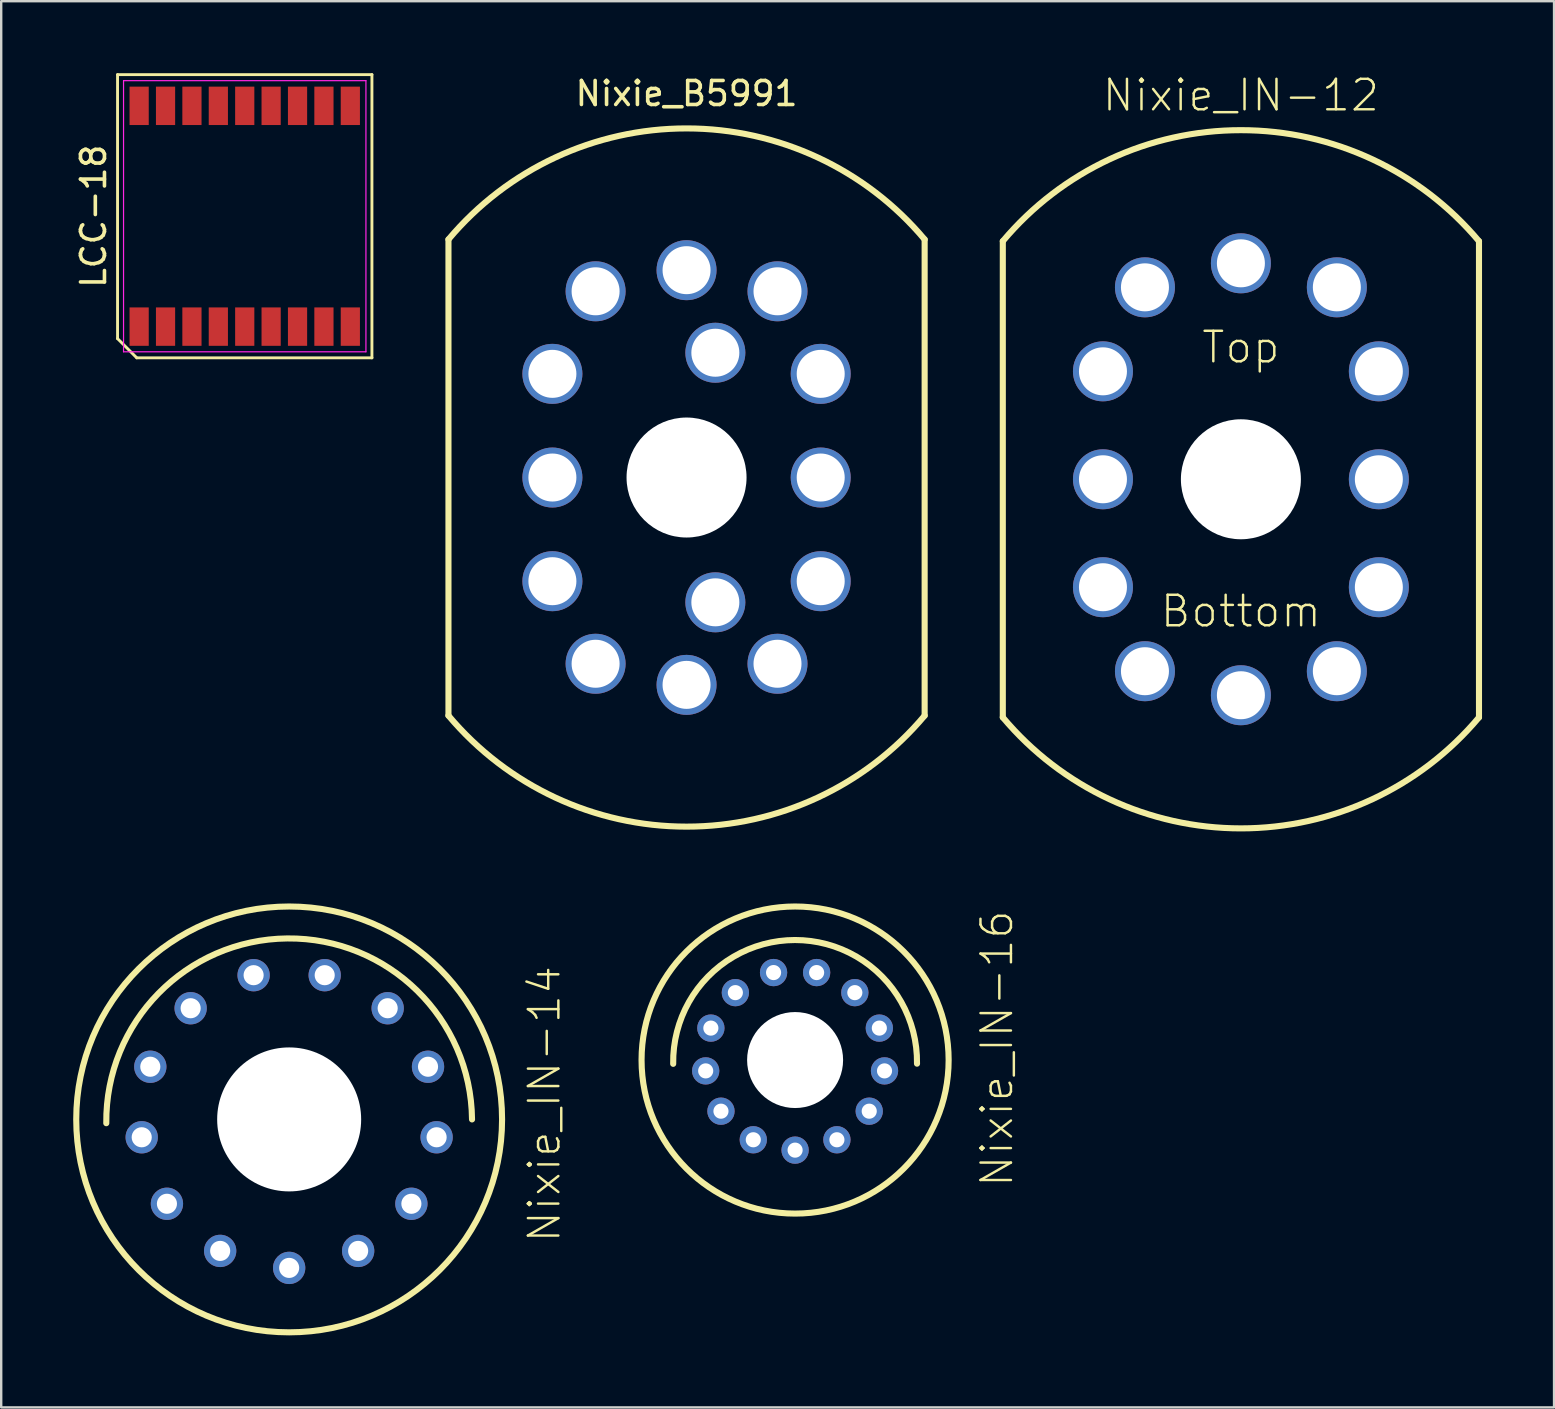
<source format=kicad_pcb>
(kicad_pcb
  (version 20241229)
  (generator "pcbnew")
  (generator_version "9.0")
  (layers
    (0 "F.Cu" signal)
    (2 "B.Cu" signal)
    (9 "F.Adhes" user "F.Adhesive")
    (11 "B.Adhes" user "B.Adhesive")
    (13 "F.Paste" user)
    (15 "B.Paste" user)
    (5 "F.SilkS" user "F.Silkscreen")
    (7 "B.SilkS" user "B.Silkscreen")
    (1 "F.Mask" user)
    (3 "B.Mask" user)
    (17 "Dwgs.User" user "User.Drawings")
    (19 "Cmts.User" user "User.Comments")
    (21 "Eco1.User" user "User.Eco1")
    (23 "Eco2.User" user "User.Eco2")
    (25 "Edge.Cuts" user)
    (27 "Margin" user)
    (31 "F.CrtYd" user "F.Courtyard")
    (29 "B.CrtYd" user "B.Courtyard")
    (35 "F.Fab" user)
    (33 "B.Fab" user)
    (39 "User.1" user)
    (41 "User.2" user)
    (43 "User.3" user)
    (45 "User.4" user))
  (footprint "Nixie_IN-12"
    (layer "F.Cu")
    (at 48.657 16.921)
    (property "Reference" "Nixie_IN-12" (at 0 -16 180) (layer "F.SilkS") (effects (font (size 1.27 1.27) (thickness 0.102))))
    (attr exclude_from_pos_files exclude_from_bom)
    (fp_line (start -9.921 9.921) (end -9.921 -9.921) (stroke (width 0.254) (type solid)) (layer "F.SilkS"))
    (fp_line (start 9.921 -9.921) (end 9.921 9.921) (stroke (width 0.254) (type solid)) (layer "F.SilkS"))
    (fp_arc (start -9.92124 -9.92124) (mid 0.000928 -14.547158) (end 9.922433 -9.919819) (stroke (width 0.254) (type solid)) (layer "F.SilkS"))
    (fp_arc (start 9.92124 9.92124) (mid -0.000928 14.547158) (end -9.922433 9.919819) (stroke (width 0.254) (type solid)) (layer "F.SilkS"))
    (fp_text user "Bottom" (at 0 5.5 0) (layer "F.SilkS") (effects (font (size 1.27 1.27) (thickness 0.102))))
    (fp_text user "Top" (at 0 -5.5 0) (layer "F.SilkS") (effects (font (size 1.27 1.27) (thickness 0.102))))
    (pad "" np_thru_hole circle (at 0 0) (size 5 5) (drill 5) (layers "*.Cu" "*.Mask"))
    (pad "1" thru_hole circle (at 3.998 7.998) (size 2.5 2.5) (drill 2) (layers "*.Cu" "*.Paste" "*.Mask"))
    (pad "2" thru_hole circle (at 5.748 4.498) (size 2.5 2.5) (drill 2) (layers "*.Cu" "*.Paste" "*.Mask"))
    (pad "3" thru_hole circle (at 5.748 0) (size 2.5 2.5) (drill 2) (layers "*.Cu" "*.Paste" "*.Mask"))
    (pad "4" thru_hole circle (at 5.748 -4.498) (size 2.5 2.5) (drill 2) (layers "*.Cu" "*.Paste" "*.Mask"))
    (pad "5" thru_hole circle (at 3.998 -7.998) (size 2.5 2.5) (drill 2) (layers "*.Cu" "*.Paste" "*.Mask"))
    (pad "6" thru_hole circle (at 0 -8.999) (size 2.5 2.5) (drill 2) (layers "*.Cu" "*.Paste" "*.Mask"))
    (pad "7" thru_hole circle (at -3.998 -7.998) (size 2.5 2.5) (drill 2) (layers "*.Cu" "*.Paste" "*.Mask"))
    (pad "8" thru_hole circle (at -5.748 -4.498) (size 2.5 2.5) (drill 2) (layers "*.Cu" "*.Paste" "*.Mask"))
    (pad "9" thru_hole circle (at -5.748 0) (size 2.5 2.5) (drill 2) (layers "*.Cu" "*.Paste" "*.Mask"))
    (pad "10" thru_hole circle (at -5.748 4.498) (size 2.5 2.5) (drill 2) (layers "*.Cu" "*.Paste" "*.Mask"))
    (pad "11" thru_hole circle (at -3.998 7.998) (size 2.5 2.5) (drill 2) (layers "*.Cu" "*.Paste" "*.Mask"))
    (pad "12" thru_hole circle (at 0 8.999) (size 2.5 2.5) (drill 2) (layers "*.Cu" "*.Paste" "*.Mask")))
  (footprint "LCC-18"
    (layer "F.Cu")
    (at 7.148 5.96)
    (property "Reference" "LCC-18" (at -6.3 0 90) (layer "F.SilkS") (effects (font (size 1 1) (thickness 0.15))))
    (attr smd)
    (fp_line (start -5.3 -5.9) (end 5.3 -5.9) (stroke (width 0.12) (type solid)) (layer "F.SilkS"))
    (fp_line (start -5.3 5.1) (end -5.3 -5.9) (stroke (width 0.12) (type solid)) (layer "F.SilkS"))
    (fp_line (start -4.5 5.9) (end -5.3 5.1) (stroke (width 0.12) (type solid)) (layer "F.SilkS"))
    (fp_line (start 5.3 -5.9) (end 5.3 5.9) (stroke (width 0.12) (type solid)) (layer "F.SilkS"))
    (fp_line (start 5.3 5.9) (end -4.5 5.9) (stroke (width 0.12) (type solid)) (layer "F.SilkS"))
    (fp_line (start -5.05 -5.65) (end 5.05 -5.65) (stroke (width 0.05) (type solid)) (layer "F.CrtYd"))
    (fp_line (start -5.05 5.65) (end -5.05 -5.65) (stroke (width 0.05) (type solid)) (layer "F.CrtYd"))
    (fp_line (start 5.05 -5.65) (end 5.05 5.65) (stroke (width 0.05) (type solid)) (layer "F.CrtYd"))
    (fp_line (start 5.05 5.65) (end -5.05 5.65) (stroke (width 0.05) (type solid)) (layer "F.CrtYd"))
    (pad "1" smd rect (at -4.4 4.6) (size 0.8 1.6) (layers "F.Cu" "F.Mask" "F.Paste"))
    (pad "2" smd rect (at -3.3 4.6) (size 0.8 1.6) (layers "F.Cu" "F.Mask" "F.Paste"))
    (pad "3" smd rect (at -2.2 4.6) (size 0.8 1.6) (layers "F.Cu" "F.Mask" "F.Paste"))
    (pad "4" smd rect (at -1.1 4.6) (size 0.8 1.6) (layers "F.Cu" "F.Mask" "F.Paste"))
    (pad "5" smd rect (at 0 4.6) (size 0.8 1.6) (layers "F.Cu" "F.Mask" "F.Paste"))
    (pad "6" smd rect (at 1.1 4.6) (size 0.8 1.6) (layers "F.Cu" "F.Mask" "F.Paste"))
    (pad "7" smd rect (at 2.2 4.6) (size 0.8 1.6) (layers "F.Cu" "F.Mask" "F.Paste"))
    (pad "8" smd rect (at 3.3 4.6) (size 0.8 1.6) (layers "F.Cu" "F.Mask" "F.Paste"))
    (pad "9" smd rect (at 4.4 4.6) (size 0.8 1.6) (layers "F.Cu" "F.Mask" "F.Paste"))
    (pad "10" smd rect (at 4.4 -4.6) (size 0.8 1.6) (layers "F.Cu" "F.Mask" "F.Paste"))
    (pad "11" smd rect (at 3.3 -4.6) (size 0.8 1.6) (layers "F.Cu" "F.Mask" "F.Paste"))
    (pad "12" smd rect (at 2.2 -4.6) (size 0.8 1.6) (layers "F.Cu" "F.Mask" "F.Paste"))
    (pad "13" smd rect (at 1.1 -4.6) (size 0.8 1.6) (layers "F.Cu" "F.Mask" "F.Paste"))
    (pad "14" smd rect (at 0 -4.6) (size 0.8 1.6) (layers "F.Cu" "F.Mask" "F.Paste"))
    (pad "15" smd rect (at -1.1 -4.6) (size 0.8 1.6) (layers "F.Cu" "F.Mask" "F.Paste"))
    (pad "16" smd rect (at -2.2 -4.6) (size 0.8 1.6) (layers "F.Cu" "F.Mask" "F.Paste"))
    (pad "17" smd rect (at -3.3 -4.6) (size 0.8 1.6) (layers "F.Cu" "F.Mask" "F.Paste"))
    (pad "18" smd rect (at -4.4 -4.6) (size 0.8 1.6) (layers "F.Cu" "F.Mask" "F.Paste")))
  (footprint "Nixie_IN-14"
    (layer "F.Cu")
    (at 8.999 43.595)
    (property "Reference" "Nixie_IN-14" (at 10.635 -0.635 90) (layer "F.SilkS") (effects (font (size 1.27 1.27) (thickness 0.102))))
    (attr exclude_from_pos_files exclude_from_bom)
    (fp_arc (start -7.62 0.15748) (mid -0.07874 -7.54126) (end 7.62 0) (stroke (width 0.254) (type solid)) (layer "F.SilkS"))
    (fp_circle (center 0 0) (end 0 -8.872) (stroke (width 0.254) (type solid)) (fill no) (layer "F.SilkS"))
    (pad "" np_thru_hole circle (at 0 0) (size 6 6) (drill 6) (layers "*.Cu" "*.Mask"))
    (pad "1" thru_hole circle (at 0 6.187) (size 1.346 1.346) (drill 0.838) (layers "*.Cu" "*.Paste" "*.Mask"))
    (pad "2" thru_hole circle (at 2.875 5.479) (size 1.346 1.346) (drill 0.838) (layers "*.Cu" "*.Paste" "*.Mask"))
    (pad "3" thru_hole circle (at 5.093 3.515) (size 1.346 1.346) (drill 0.838) (layers "*.Cu" "*.Paste" "*.Mask"))
    (pad "4" thru_hole circle (at 6.144 0.744) (size 1.346 1.346) (drill 0.838) (layers "*.Cu" "*.Paste" "*.Mask"))
    (pad "5" thru_hole circle (at 5.786 -2.195) (size 1.346 1.346) (drill 0.838) (layers "*.Cu" "*.Paste" "*.Mask"))
    (pad "6" thru_hole circle (at 4.105 -4.633) (size 1.346 1.346) (drill 0.838) (layers "*.Cu" "*.Paste" "*.Mask"))
    (pad "7" thru_hole circle (at 1.481 -6.01) (size 1.346 1.346) (drill 0.838) (layers "*.Cu" "*.Paste" "*.Mask"))
    (pad "8" thru_hole circle (at -1.481 -6.01) (size 1.346 1.346) (drill 0.838) (layers "*.Cu" "*.Paste" "*.Mask"))
    (pad "9" thru_hole circle (at -4.105 -4.633) (size 1.346 1.346) (drill 0.838) (layers "*.Cu" "*.Paste" "*.Mask"))
    (pad "10" thru_hole circle (at -5.786 -2.195) (size 1.346 1.346) (drill 0.838) (layers "*.Cu" "*.Paste" "*.Mask"))
    (pad "11" thru_hole circle (at -6.144 0.744) (size 1.346 1.346) (drill 0.838) (layers "*.Cu" "*.Paste" "*.Mask"))
    (pad "12" thru_hole circle (at -5.093 3.515) (size 1.346 1.346) (drill 0.838) (layers "*.Cu" "*.Paste" "*.Mask"))
    (pad "13" thru_hole circle (at -2.875 5.479) (size 1.346 1.346) (drill 0.838) (layers "*.Cu" "*.Paste" "*.Mask")))
  (footprint "Nixie_IN-16"
    (layer "F.Cu")
    (at 30.081 41.121)
    (property "Reference" "Nixie_IN-16" (at 8.412 -0.475 90) (layer "F.SilkS") (effects (font (size 1.27 1.27) (thickness 0.102))))
    (attr exclude_from_pos_files exclude_from_bom)
    (fp_arc (start -5.08 0.15748) (mid -0.003371 -5.001869) (end 5.0801 0.150739) (stroke (width 0.254) (type solid)) (layer "F.SilkS"))
    (fp_circle (center 0 0) (end 0 -6.398) (stroke (width 0.254) (type solid)) (fill no) (layer "F.SilkS"))
    (pad "" np_thru_hole circle (at 0 0) (size 4 4) (drill 4) (layers "*.Cu" "*.Mask"))
    (pad "1" thru_hole circle (at 0 3.754) (size 1.138 1.138) (drill 0.63) (layers "*.Cu" "*.Paste" "*.Mask"))
    (pad "2" thru_hole circle (at 1.742 3.322) (size 1.138 1.138) (drill 0.63) (layers "*.Cu" "*.Paste" "*.Mask"))
    (pad "3" thru_hole circle (at 3.089 2.131) (size 1.138 1.138) (drill 0.63) (layers "*.Cu" "*.Paste" "*.Mask"))
    (pad "4" thru_hole circle (at 3.726 0.452) (size 1.138 1.138) (drill 0.63) (layers "*.Cu" "*.Paste" "*.Mask"))
    (pad "5" thru_hole circle (at 3.51 -1.331) (size 1.138 1.138) (drill 0.63) (layers "*.Cu" "*.Paste" "*.Mask"))
    (pad "6" thru_hole circle (at 2.489 -2.809) (size 1.138 1.138) (drill 0.63) (layers "*.Cu" "*.Paste" "*.Mask"))
    (pad "7" thru_hole circle (at 0.897 -3.645) (size 1.138 1.138) (drill 0.63) (layers "*.Cu" "*.Paste" "*.Mask"))
    (pad "8" thru_hole circle (at -0.897 -3.645) (size 1.138 1.138) (drill 0.63) (layers "*.Cu" "*.Paste" "*.Mask"))
    (pad "9" thru_hole circle (at -2.489 -2.809) (size 1.138 1.138) (drill 0.63) (layers "*.Cu" "*.Paste" "*.Mask"))
    (pad "10" thru_hole circle (at -3.51 -1.331) (size 1.138 1.138) (drill 0.63) (layers "*.Cu" "*.Paste" "*.Mask"))
    (pad "11" thru_hole circle (at -3.726 0.452) (size 1.138 1.138) (drill 0.63) (layers "*.Cu" "*.Paste" "*.Mask"))
    (pad "12" thru_hole circle (at -3.089 2.131) (size 1.138 1.138) (drill 0.63) (layers "*.Cu" "*.Paste" "*.Mask"))
    (pad "13" thru_hole circle (at -1.742 3.322) (size 1.138 1.138) (drill 0.63) (layers "*.Cu" "*.Paste" "*.Mask")))
  (footprint "Nixie_B5991"
    (layer "F.Cu")
    (at 25.558 16.848)
    (property "Reference" "Nixie_B5991" (at 0 -16 180) (layer "F.SilkS") (effects (font (size 1 1) (thickness 0.15))))
    (attr exclude_from_pos_files exclude_from_bom)
    (fp_line (start -9.921 9.921) (end -9.921 -9.921) (stroke (width 0.254) (type solid)) (layer "F.SilkS"))
    (fp_line (start 9.921 -9.921) (end 9.921 9.921) (stroke (width 0.254) (type solid)) (layer "F.SilkS"))
    (fp_arc (start -9.92124 -9.92124) (mid 0.000928 -14.547158) (end 9.922433 -9.919819) (stroke (width 0.254) (type solid)) (layer "F.SilkS"))
    (fp_arc (start 9.92124 9.92124) (mid -0.000928 14.547158) (end -9.922433 9.919819) (stroke (width 0.254) (type solid)) (layer "F.SilkS"))
    (pad "" np_thru_hole circle (at 0 0) (size 5 5) (drill 5) (layers "*.Cu" "*.Mask"))
    (pad "1" thru_hole circle (at 3.79 7.76) (size 2.5 2.5) (drill 2) (layers "*.Cu" "*.Paste" "*.Mask"))
    (pad "2" thru_hole circle (at 5.59 4.32) (size 2.5 2.5) (drill 2) (layers "*.Cu" "*.Paste" "*.Mask"))
    (pad "3" thru_hole circle (at 5.59 0) (size 2.5 2.5) (drill 2) (layers "*.Cu" "*.Paste" "*.Mask"))
    (pad "4" thru_hole circle (at 5.59 -4.32) (size 2.5 2.5) (drill 2) (layers "*.Cu" "*.Paste" "*.Mask"))
    (pad "5" thru_hole circle (at 3.79 -7.76) (size 2.5 2.5) (drill 2) (layers "*.Cu" "*.Paste" "*.Mask"))
    (pad "6" thru_hole circle (at 0 -8.64) (size 2.5 2.5) (drill 2) (layers "*.Cu" "*.Paste" "*.Mask"))
    (pad "7" thru_hole circle (at -3.79 -7.76) (size 2.5 2.5) (drill 2) (layers "*.Cu" "*.Paste" "*.Mask"))
    (pad "8" thru_hole circle (at -5.59 -4.32) (size 2.5 2.5) (drill 2) (layers "*.Cu" "*.Paste" "*.Mask"))
    (pad "9" thru_hole circle (at -5.59 0) (size 2.5 2.5) (drill 2) (layers "*.Cu" "*.Paste" "*.Mask"))
    (pad "10" thru_hole circle (at -5.59 4.32) (size 2.5 2.5) (drill 2) (layers "*.Cu" "*.Paste" "*.Mask"))
    (pad "11" thru_hole circle (at -3.79 7.76) (size 2.5 2.5) (drill 2) (layers "*.Cu" "*.Paste" "*.Mask"))
    (pad "12" thru_hole circle (at 0 8.64) (size 2.5 2.5) (drill 2) (layers "*.Cu" "*.Paste" "*.Mask"))
    (pad "13" thru_hole circle (at 1.2 5.2) (size 2.5 2.5) (drill 2) (layers "*.Cu" "*.Paste" "*.Mask"))
    (pad "14" thru_hole circle (at 1.2 -5.2) (size 2.5 2.5) (drill 2) (layers "*.Cu" "*.Paste" "*.Mask")))
  (gr_rect
    (start -3 -3)
    (end 61.706 55.594)
    (stroke (width 0.1) (type default))
    (fill no)
    (layer "Edge.Cuts")))
</source>
